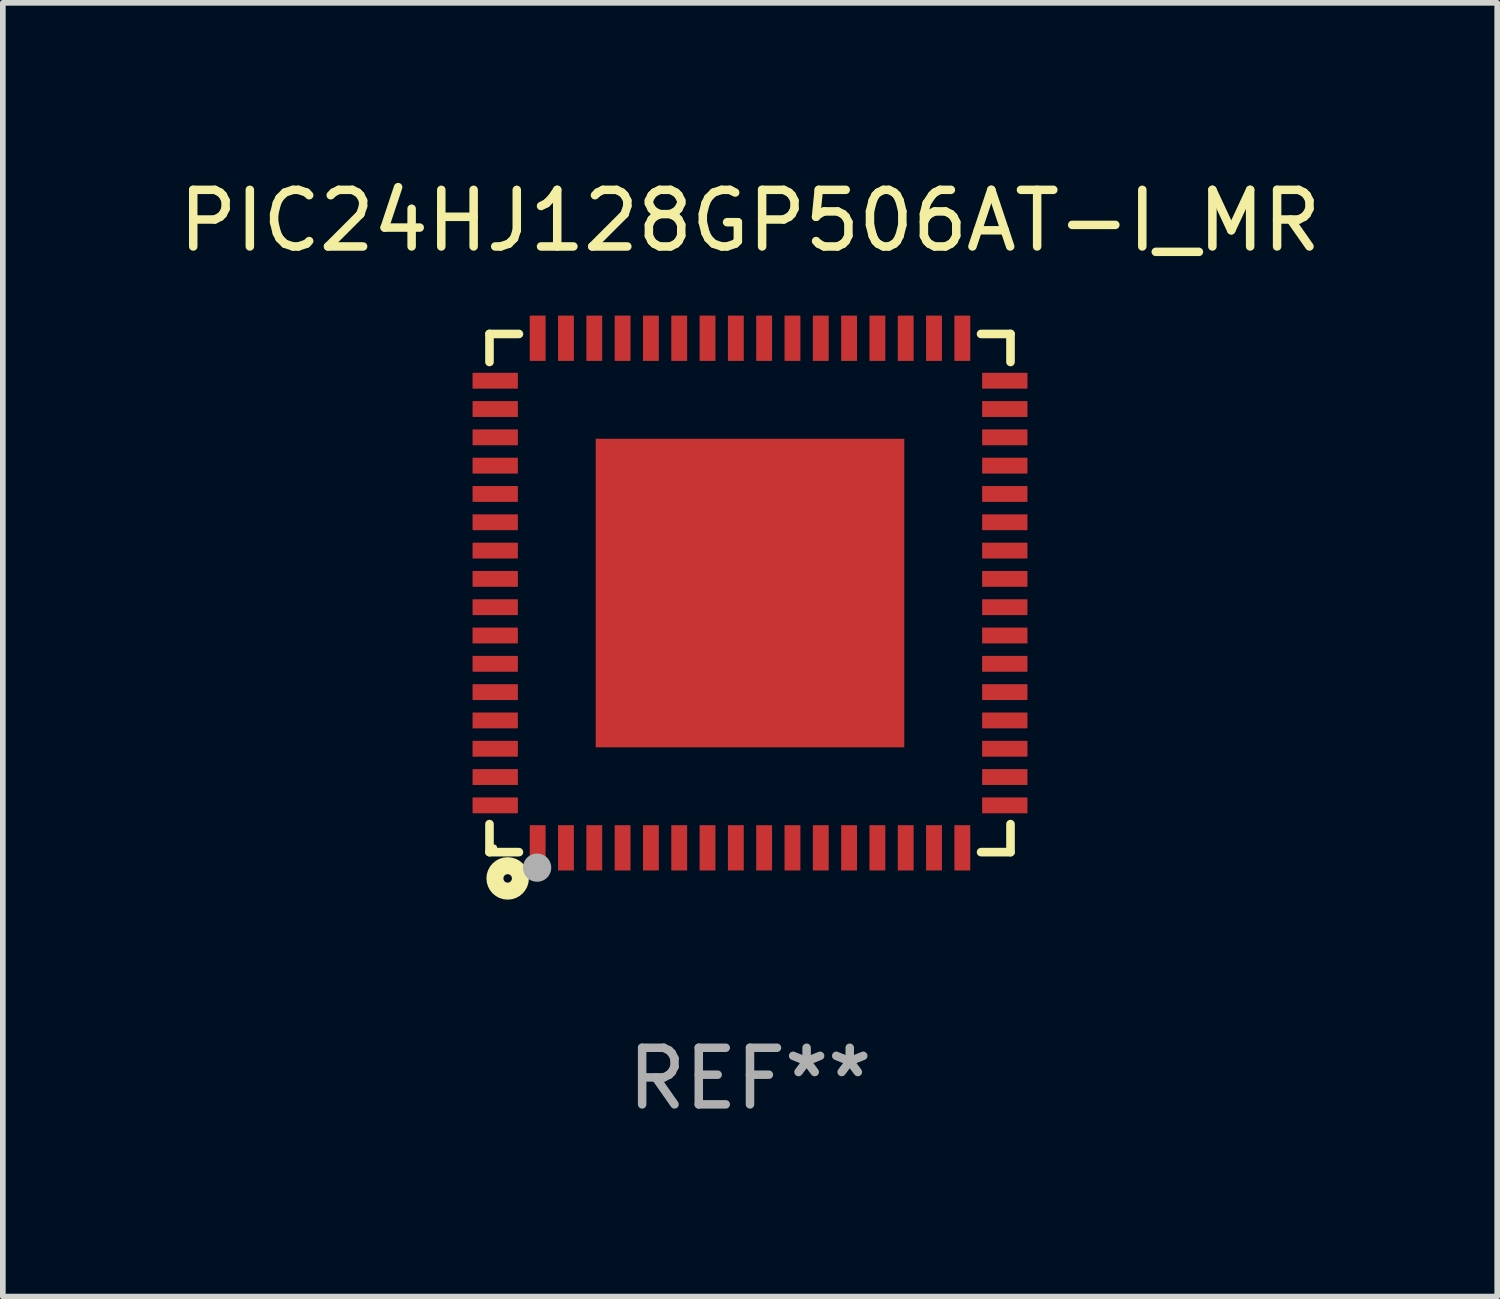
<source format=kicad_pcb>
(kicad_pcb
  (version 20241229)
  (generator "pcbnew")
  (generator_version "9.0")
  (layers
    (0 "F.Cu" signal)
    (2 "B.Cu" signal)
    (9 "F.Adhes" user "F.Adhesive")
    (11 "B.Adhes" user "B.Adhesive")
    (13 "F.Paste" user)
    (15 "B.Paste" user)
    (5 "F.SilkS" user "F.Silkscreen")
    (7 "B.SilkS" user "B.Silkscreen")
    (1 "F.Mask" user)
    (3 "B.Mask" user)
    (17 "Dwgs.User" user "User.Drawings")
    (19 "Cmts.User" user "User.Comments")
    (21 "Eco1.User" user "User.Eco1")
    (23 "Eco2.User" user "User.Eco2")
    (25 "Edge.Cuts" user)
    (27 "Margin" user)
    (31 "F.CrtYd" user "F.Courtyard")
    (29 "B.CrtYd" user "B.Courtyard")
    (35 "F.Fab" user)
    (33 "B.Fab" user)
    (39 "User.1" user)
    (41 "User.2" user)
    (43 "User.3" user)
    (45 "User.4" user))
  (footprint "PIC24HJ128GP506AT-I_MR"
    (layer "F.Cu")
    (at 10.196 7.424)
    (property "Reference" "PIC24HJ128GP506AT-I_MR" (at 0 -6.576 0) (layer "F.SilkS") (effects (font (size 1 1) (thickness 0.15))))
    (attr through_hole)
    (fp_line (start -4.601 -4.576) (end -4.081 -4.576) (stroke (width 0.152) (type solid)) (layer "F.SilkS"))
    (fp_line (start -4.601 -4.081) (end -4.601 -4.576) (stroke (width 0.152) (type solid)) (layer "F.SilkS"))
    (fp_line (start -4.601 4.081) (end -4.601 4.576) (stroke (width 0.152) (type solid)) (layer "F.SilkS"))
    (fp_line (start -4.601 4.576) (end -4.081 4.576) (stroke (width 0.152) (type solid)) (layer "F.SilkS"))
    (fp_line (start 4.601 -4.576) (end 4.081 -4.576) (stroke (width 0.152) (type solid)) (layer "F.SilkS"))
    (fp_line (start 4.601 -4.081) (end 4.601 -4.576) (stroke (width 0.152) (type solid)) (layer "F.SilkS"))
    (fp_line (start 4.601 4.081) (end 4.601 4.576) (stroke (width 0.152) (type solid)) (layer "F.SilkS"))
    (fp_line (start 4.601 4.576) (end 4.081 4.576) (stroke (width 0.152) (type solid)) (layer "F.SilkS"))
    (fp_circle (center -4.525 4.5) (end -4.495 4.5) (stroke (width 0.06) (type solid)) (fill no) (layer "F.SilkS"))
    (fp_circle (center -4.28 5.04) (end -4.205 5.04) (stroke (width 0.3) (type solid)) (fill no) (layer "F.SilkS"))
    (fp_circle (center -3.76 4.85) (end -3.635 4.85) (stroke (width 0.25) (type solid)) (fill no) (layer "F.Fab"))
    (fp_text user "REF**" (at 0 8.576 0) (layer "F.Fab") (effects (font (size 1 1) (thickness 0.15))))
    (pad "1" smd rect (at -3.75 4.5) (size 0.28 0.8) (layers "F.Cu" "F.Mask" "F.Paste"))
    (pad "2" smd rect (at -3.25 4.5) (size 0.28 0.8) (layers "F.Cu" "F.Mask" "F.Paste"))
    (pad "3" smd rect (at -2.75 4.5) (size 0.28 0.8) (layers "F.Cu" "F.Mask" "F.Paste"))
    (pad "4" smd rect (at -2.25 4.5) (size 0.28 0.8) (layers "F.Cu" "F.Mask" "F.Paste"))
    (pad "5" smd rect (at -1.75 4.5) (size 0.28 0.8) (layers "F.Cu" "F.Mask" "F.Paste"))
    (pad "6" smd rect (at -1.25 4.5) (size 0.28 0.8) (layers "F.Cu" "F.Mask" "F.Paste"))
    (pad "7" smd rect (at -0.75 4.5) (size 0.28 0.8) (layers "F.Cu" "F.Mask" "F.Paste"))
    (pad "8" smd rect (at -0.25 4.5) (size 0.28 0.8) (layers "F.Cu" "F.Mask" "F.Paste"))
    (pad "9" smd rect (at 0.25 4.5) (size 0.28 0.8) (layers "F.Cu" "F.Mask" "F.Paste"))
    (pad "10" smd rect (at 0.75 4.5) (size 0.28 0.8) (layers "F.Cu" "F.Mask" "F.Paste"))
    (pad "11" smd rect (at 1.25 4.5) (size 0.28 0.8) (layers "F.Cu" "F.Mask" "F.Paste"))
    (pad "12" smd rect (at 1.75 4.5) (size 0.28 0.8) (layers "F.Cu" "F.Mask" "F.Paste"))
    (pad "13" smd rect (at 2.25 4.5) (size 0.28 0.8) (layers "F.Cu" "F.Mask" "F.Paste"))
    (pad "14" smd rect (at 2.75 4.5) (size 0.28 0.8) (layers "F.Cu" "F.Mask" "F.Paste"))
    (pad "15" smd rect (at 3.25 4.5) (size 0.28 0.8) (layers "F.Cu" "F.Mask" "F.Paste"))
    (pad "16" smd rect (at 3.75 4.5) (size 0.28 0.8) (layers "F.Cu" "F.Mask" "F.Paste"))
    (pad "17" smd rect (at 4.5 3.75) (size 0.8 0.28) (layers "F.Cu" "F.Mask" "F.Paste"))
    (pad "18" smd rect (at 4.5 3.25) (size 0.8 0.28) (layers "F.Cu" "F.Mask" "F.Paste"))
    (pad "19" smd rect (at 4.5 2.75) (size 0.8 0.28) (layers "F.Cu" "F.Mask" "F.Paste"))
    (pad "20" smd rect (at 4.5 2.25) (size 0.8 0.28) (layers "F.Cu" "F.Mask" "F.Paste"))
    (pad "21" smd rect (at 4.5 1.75) (size 0.8 0.28) (layers "F.Cu" "F.Mask" "F.Paste"))
    (pad "22" smd rect (at 4.5 1.25) (size 0.8 0.28) (layers "F.Cu" "F.Mask" "F.Paste"))
    (pad "23" smd rect (at 4.5 0.75) (size 0.8 0.28) (layers "F.Cu" "F.Mask" "F.Paste"))
    (pad "24" smd rect (at 4.5 0.25) (size 0.8 0.28) (layers "F.Cu" "F.Mask" "F.Paste"))
    (pad "25" smd rect (at 4.5 -0.25) (size 0.8 0.28) (layers "F.Cu" "F.Mask" "F.Paste"))
    (pad "26" smd rect (at 4.5 -0.75) (size 0.8 0.28) (layers "F.Cu" "F.Mask" "F.Paste"))
    (pad "27" smd rect (at 4.5 -1.25) (size 0.8 0.28) (layers "F.Cu" "F.Mask" "F.Paste"))
    (pad "28" smd rect (at 4.5 -1.75) (size 0.8 0.28) (layers "F.Cu" "F.Mask" "F.Paste"))
    (pad "29" smd rect (at 4.5 -2.25) (size 0.8 0.28) (layers "F.Cu" "F.Mask" "F.Paste"))
    (pad "30" smd rect (at 4.5 -2.75) (size 0.8 0.28) (layers "F.Cu" "F.Mask" "F.Paste"))
    (pad "31" smd rect (at 4.5 -3.25) (size 0.8 0.28) (layers "F.Cu" "F.Mask" "F.Paste"))
    (pad "32" smd rect (at 4.5 -3.75) (size 0.8 0.28) (layers "F.Cu" "F.Mask" "F.Paste"))
    (pad "33" smd rect (at 3.75 -4.5) (size 0.28 0.8) (layers "F.Cu" "F.Mask" "F.Paste"))
    (pad "34" smd rect (at 3.25 -4.5) (size 0.28 0.8) (layers "F.Cu" "F.Mask" "F.Paste"))
    (pad "35" smd rect (at 2.75 -4.5) (size 0.28 0.8) (layers "F.Cu" "F.Mask" "F.Paste"))
    (pad "36" smd rect (at 2.25 -4.5) (size 0.28 0.8) (layers "F.Cu" "F.Mask" "F.Paste"))
    (pad "37" smd rect (at 1.75 -4.5) (size 0.28 0.8) (layers "F.Cu" "F.Mask" "F.Paste"))
    (pad "38" smd rect (at 1.25 -4.5) (size 0.28 0.8) (layers "F.Cu" "F.Mask" "F.Paste"))
    (pad "39" smd rect (at 0.75 -4.5) (size 0.28 0.8) (layers "F.Cu" "F.Mask" "F.Paste"))
    (pad "40" smd rect (at 0.25 -4.5) (size 0.28 0.8) (layers "F.Cu" "F.Mask" "F.Paste"))
    (pad "41" smd rect (at -0.25 -4.5) (size 0.28 0.8) (layers "F.Cu" "F.Mask" "F.Paste"))
    (pad "42" smd rect (at -0.75 -4.5) (size 0.28 0.8) (layers "F.Cu" "F.Mask" "F.Paste"))
    (pad "43" smd rect (at -1.25 -4.5) (size 0.28 0.8) (layers "F.Cu" "F.Mask" "F.Paste"))
    (pad "44" smd rect (at -1.75 -4.5) (size 0.28 0.8) (layers "F.Cu" "F.Mask" "F.Paste"))
    (pad "45" smd rect (at -2.25 -4.5) (size 0.28 0.8) (layers "F.Cu" "F.Mask" "F.Paste"))
    (pad "46" smd rect (at -2.75 -4.5) (size 0.28 0.8) (layers "F.Cu" "F.Mask" "F.Paste"))
    (pad "47" smd rect (at -3.25 -4.5) (size 0.28 0.8) (layers "F.Cu" "F.Mask" "F.Paste"))
    (pad "48" smd rect (at -3.75 -4.5) (size 0.28 0.8) (layers "F.Cu" "F.Mask" "F.Paste"))
    (pad "49" smd rect (at -4.5 -3.75) (size 0.8 0.28) (layers "F.Cu" "F.Mask" "F.Paste"))
    (pad "50" smd rect (at -4.5 -3.25) (size 0.8 0.28) (layers "F.Cu" "F.Mask" "F.Paste"))
    (pad "51" smd rect (at -4.5 -2.75) (size 0.8 0.28) (layers "F.Cu" "F.Mask" "F.Paste"))
    (pad "52" smd rect (at -4.5 -2.25) (size 0.8 0.28) (layers "F.Cu" "F.Mask" "F.Paste"))
    (pad "53" smd rect (at -4.5 -1.75) (size 0.8 0.28) (layers "F.Cu" "F.Mask" "F.Paste"))
    (pad "54" smd rect (at -4.5 -1.25) (size 0.8 0.28) (layers "F.Cu" "F.Mask" "F.Paste"))
    (pad "55" smd rect (at -4.5 -0.75) (size 0.8 0.28) (layers "F.Cu" "F.Mask" "F.Paste"))
    (pad "56" smd rect (at -4.5 -0.25) (size 0.8 0.28) (layers "F.Cu" "F.Mask" "F.Paste"))
    (pad "57" smd rect (at -4.5 0.25) (size 0.8 0.28) (layers "F.Cu" "F.Mask" "F.Paste"))
    (pad "58" smd rect (at -4.5 0.75) (size 0.8 0.28) (layers "F.Cu" "F.Mask" "F.Paste"))
    (pad "59" smd rect (at -4.5 1.25) (size 0.8 0.28) (layers "F.Cu" "F.Mask" "F.Paste"))
    (pad "60" smd rect (at -4.5 1.75) (size 0.8 0.28) (layers "F.Cu" "F.Mask" "F.Paste"))
    (pad "61" smd rect (at -4.5 2.25) (size 0.8 0.28) (layers "F.Cu" "F.Mask" "F.Paste"))
    (pad "62" smd rect (at -4.5 2.75) (size 0.8 0.28) (layers "F.Cu" "F.Mask" "F.Paste"))
    (pad "63" smd rect (at -4.5 3.25) (size 0.8 0.28) (layers "F.Cu" "F.Mask" "F.Paste"))
    (pad "64" smd rect (at -4.5 3.75) (size 0.8 0.28) (layers "F.Cu" "F.Mask" "F.Paste"))
    (pad "65" smd rect (at 0 0) (size 5.45 5.45) (layers "F.Cu" "F.Mask" "F.Paste")))
  (gr_rect
    (start -3 -3)
    (end 23.393 19.849)
    (stroke (width 0.1) (type default))
    (fill no)
    (layer "Edge.Cuts")))
</source>
